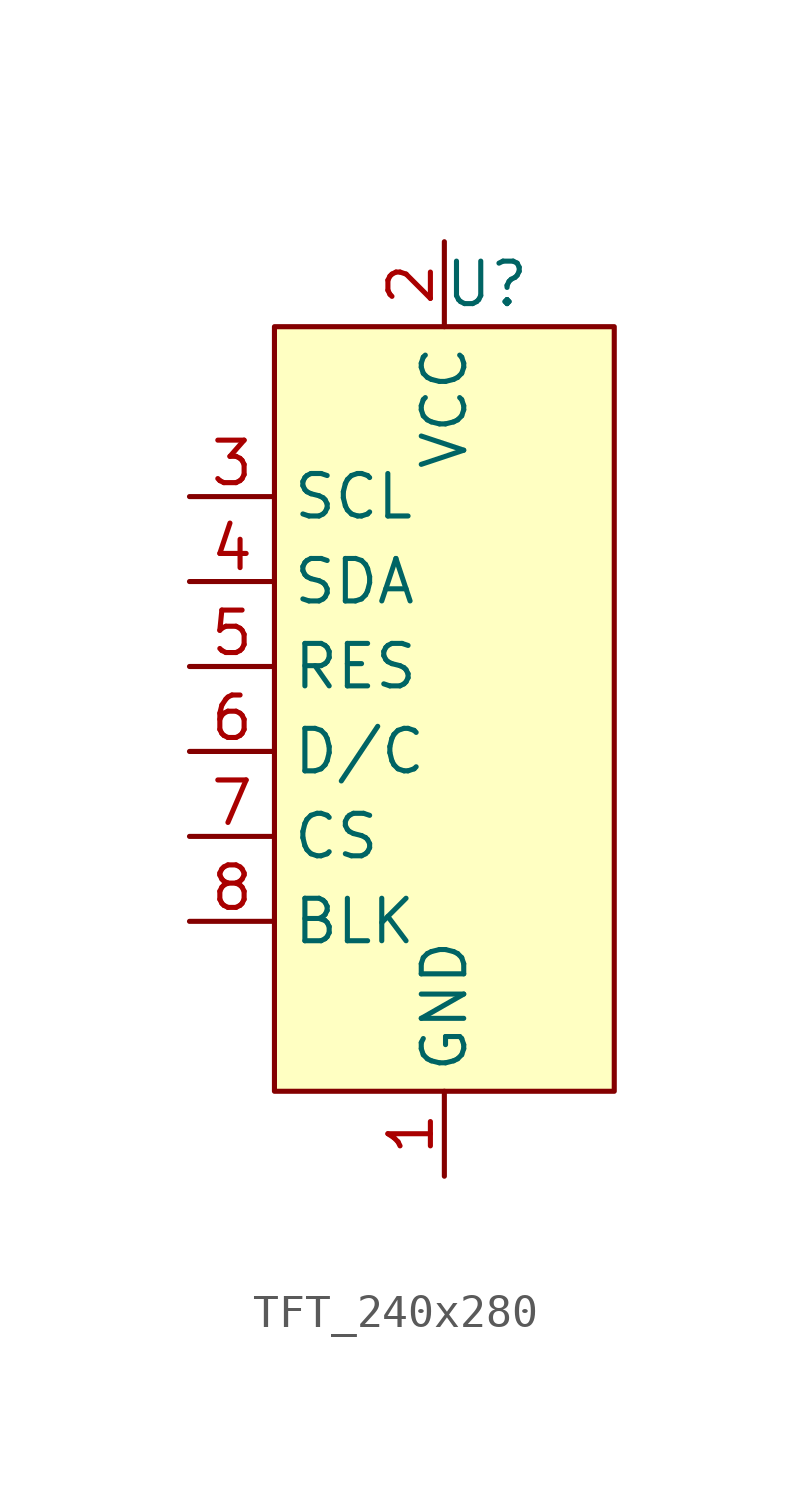
<source format=kicad_sym>
(kicad_symbol_lib
  (version 20220914)
  (generator kicad_symbol_editor)
  (symbol "TFT_240x280"
    (property "Reference" "U"
      (at 1.27 12.7 0)
      (effects (font (size 1.27 1.27))))
    (property "Value" ""
      (at -5.08 11.43 0)
      (effects (font (size 1.27 1.27))))
    (symbol "TFT_240x280_1_1"
      (rectangle (start -5.08 11.43) (end 5.08 -11.43) (stroke (width 0) (type default)) (fill (type background)))
      (pin power_in line (at 0 -13.97 90) (length 2.54) (name "GND" (effects (font (size 1.27 1.27)))) (number "1" (effects (font (size 1.27 1.27)))))
      (pin power_in line (at 0 13.97 270) (length 2.54) (name "VCC" (effects (font (size 1.27 1.27)))) (number "2" (effects (font (size 1.27 1.27)))))
      (pin input line (at -7.62 6.35 0) (length 2.54) (name "SCL" (effects (font (size 1.27 1.27)))) (number "3" (effects (font (size 1.27 1.27)))))
      (pin input line (at -7.62 3.81 0) (length 2.54) (name "SDA" (effects (font (size 1.27 1.27)))) (number "4" (effects (font (size 1.27 1.27)))))
      (pin input line (at -7.62 1.27 0) (length 2.54) (name "RES" (effects (font (size 1.27 1.27)))) (number "5" (effects (font (size 1.27 1.27)))))
      (pin input line (at -7.62 -1.27 0) (length 2.54) (name "D/C" (effects (font (size 1.27 1.27)))) (number "6" (effects (font (size 1.27 1.27)))))
      (pin input line (at -7.62 -3.81 0) (length 2.54) (name "CS" (effects (font (size 1.27 1.27)))) (number "7" (effects (font (size 1.27 1.27)))))
      (pin input line (at -7.62 -6.35 0) (length 2.54) (name "BLK" (effects (font (size 1.27 1.27)))) (number "8" (effects (font (size 1.27 1.27))))))))
</source>
